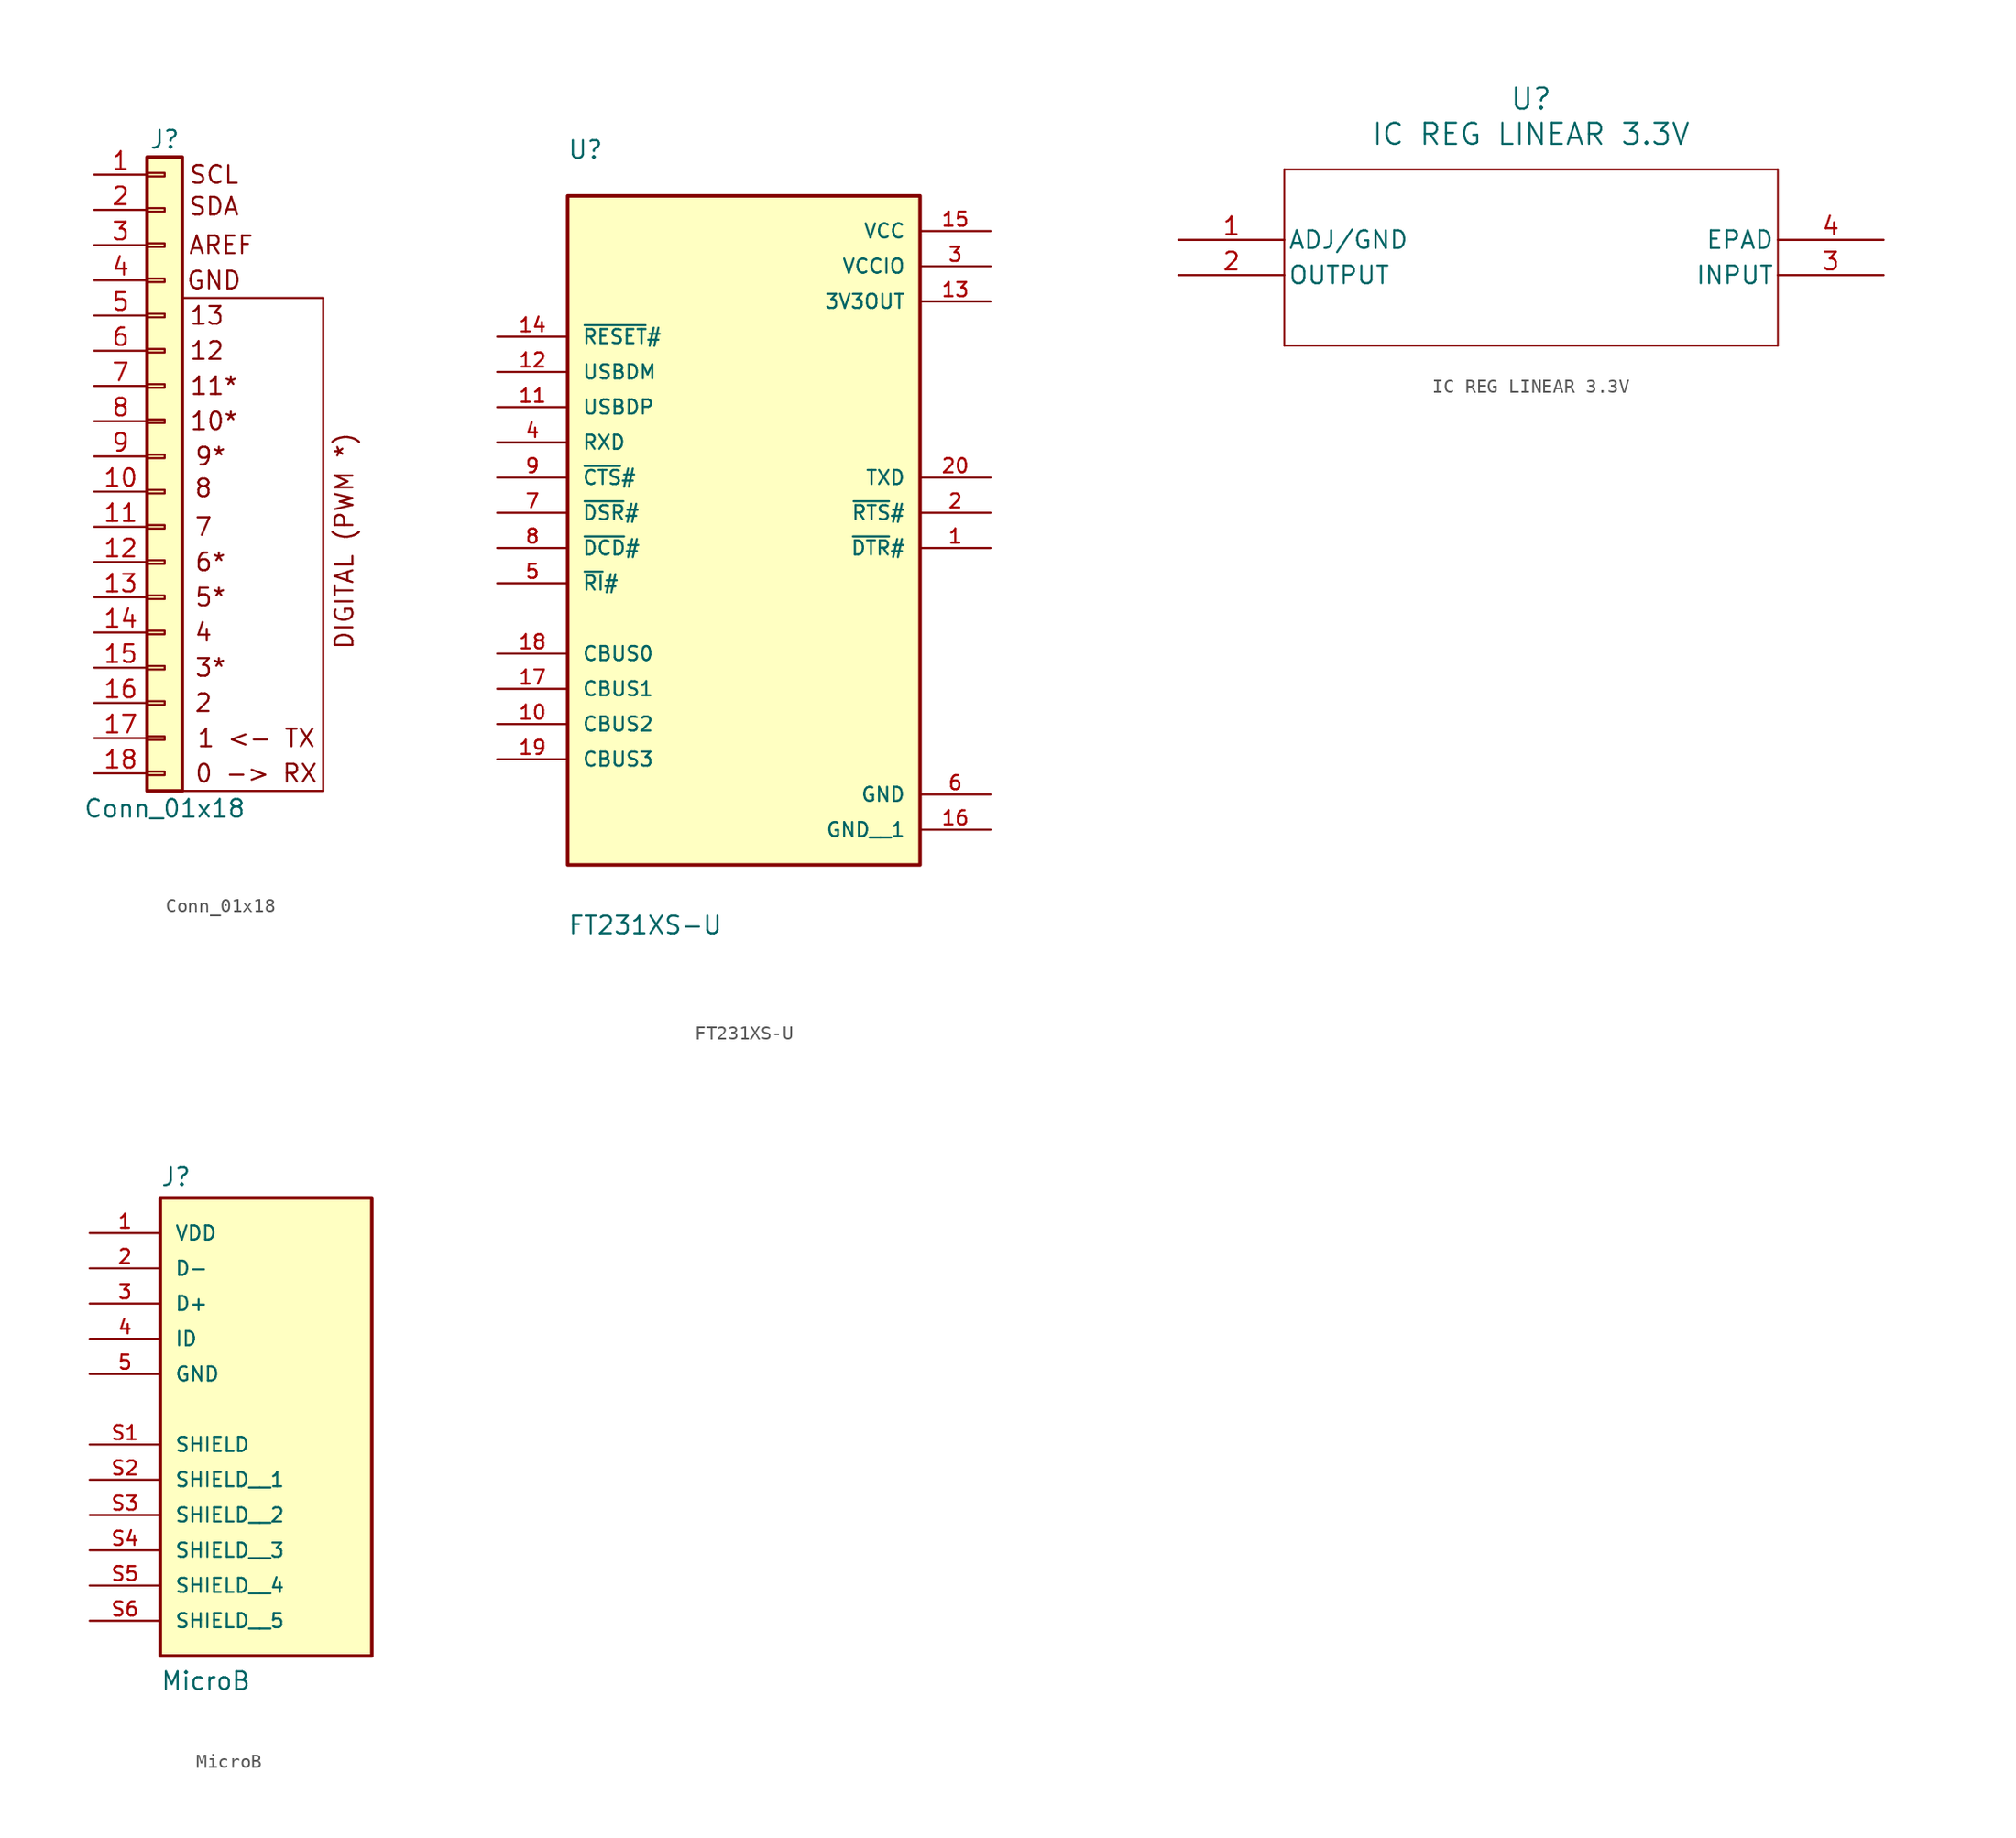
<source format=kicad_sym>
(kicad_symbol_lib
  (version 20241209)
  (generator "kicad_symbol_editor")
  (generator_version "9.0")
  (symbol "Conn_01x18"
    (pin_names
      (offset 1.016)
      (hide yes))
    (property "Reference" "J"
      (at 0 22.86 0)
      (effects (font (size 1.27 1.27))))
    (property "Value" "Conn_01x18"
      (at 0 -25.4 0)
      (effects (font (size 1.27 1.27))))
    (symbol "Conn_01x18_0_1"
      (polyline (pts (xy 1.27 11.43) (xy 11.43 11.43)) (stroke (width 0) (type default)) (fill (type none)))
      (polyline (pts (xy 1.27 -24.13) (xy 11.43 -24.13)) (stroke (width 0) (type default)) (fill (type none)))
      (polyline (pts (xy 11.43 11.43) (xy 11.43 -24.13)) (stroke (width 0) (type default)) (fill (type none))))
    (symbol "Conn_01x18_1_1"
      (rectangle (start -1.27 21.59) (end 1.27 -24.13) (stroke (width 0.254) (type default)) (fill (type background)))
      (rectangle (start -1.27 20.447) (end 0 20.193) (stroke (width 0.152) (type default)) (fill (type none)))
      (rectangle (start -1.27 17.907) (end 0 17.653) (stroke (width 0.152) (type default)) (fill (type none)))
      (rectangle (start -1.27 15.367) (end 0 15.113) (stroke (width 0.152) (type default)) (fill (type none)))
      (rectangle (start -1.27 12.827) (end 0 12.573) (stroke (width 0.152) (type default)) (fill (type none)))
      (rectangle (start -1.27 10.287) (end 0 10.033) (stroke (width 0.152) (type default)) (fill (type none)))
      (rectangle (start -1.27 7.747) (end 0 7.493) (stroke (width 0.152) (type default)) (fill (type none)))
      (rectangle (start -1.27 5.207) (end 0 4.953) (stroke (width 0.152) (type default)) (fill (type none)))
      (rectangle (start -1.27 2.667) (end 0 2.413) (stroke (width 0.152) (type default)) (fill (type none)))
      (rectangle (start -1.27 0.127) (end 0 -0.127) (stroke (width 0.152) (type default)) (fill (type none)))
      (rectangle (start -1.27 -2.413) (end 0 -2.667) (stroke (width 0.152) (type default)) (fill (type none)))
      (rectangle (start -1.27 -4.953) (end 0 -5.207) (stroke (width 0.152) (type default)) (fill (type none)))
      (rectangle (start -1.27 -7.493) (end 0 -7.747) (stroke (width 0.152) (type default)) (fill (type none)))
      (rectangle (start -1.27 -10.033) (end 0 -10.287) (stroke (width 0.152) (type default)) (fill (type none)))
      (rectangle (start -1.27 -12.573) (end 0 -12.827) (stroke (width 0.152) (type default)) (fill (type none)))
      (rectangle (start -1.27 -15.113) (end 0 -15.367) (stroke (width 0.152) (type default)) (fill (type none)))
      (rectangle (start -1.27 -17.653) (end 0 -17.907) (stroke (width 0.152) (type default)) (fill (type none)))
      (rectangle (start -1.27 -20.193) (end 0 -20.447) (stroke (width 0.152) (type default)) (fill (type none)))
      (rectangle (start -1.27 -22.733) (end 0 -22.987) (stroke (width 0.152) (type default)) (fill (type none)))
      (text "8" (at 2.794 -2.286 0) (effects (font (size 1.27 1.27))))
      (text "7" (at 2.794 -5.08 0) (effects (font (size 1.27 1.27))))
      (text "4" (at 2.794 -12.7 0) (effects (font (size 1.27 1.27))))
      (text "2" (at 2.794 -17.78 0) (effects (font (size 1.27 1.27))))
      (text "13" (at 3.048 10.16 0) (effects (font (size 1.27 1.27))))
      (text "12" (at 3.048 7.62 0) (effects (font (size 1.27 1.27))))
      (text "9*" (at 3.302 0 0) (effects (font (size 1.27 1.27))))
      (text "6*" (at 3.302 -7.62 0) (effects (font (size 1.27 1.27))))
      (text "5*" (at 3.302 -10.16 0) (effects (font (size 1.27 1.27))))
      (text "3*" (at 3.302 -15.24 0) (effects (font (size 1.27 1.27))))
      (text "SCL" (at 3.556 20.32 0) (effects (font (size 1.27 1.27))))
      (text "SDA" (at 3.556 18.034 0) (effects (font (size 1.27 1.27))))
      (text "GND" (at 3.556 12.7 0) (effects (font (size 1.27 1.27))))
      (text "11*" (at 3.556 5.08 0) (effects (font (size 1.27 1.27))))
      (text "10*" (at 3.556 2.54 0) (effects (font (size 1.27 1.27))))
      (text "AREF" (at 4.064 15.24 0) (effects (font (size 1.27 1.27))))
      (text "1 <- TX" (at 6.604 -20.32 0) (effects (font (size 1.27 1.27))))
      (text "0 -> RX" (at 6.604 -22.86 0) (effects (font (size 1.27 1.27))))
      (text "DIGITAL (PWM *)" (at 12.954 -6.096 900) (effects (font (size 1.27 1.27))))
      (pin passive line (at -5.08 20.32 0) (length 3.81) (name "Pin_1" (effects (font (size 1.27 1.27)))) (number "1" (effects (font (size 1.27 1.27)))))
      (pin passive line (at -5.08 17.78 0) (length 3.81) (name "Pin_2" (effects (font (size 1.27 1.27)))) (number "2" (effects (font (size 1.27 1.27)))))
      (pin passive line (at -5.08 15.24 0) (length 3.81) (name "Pin_3" (effects (font (size 1.27 1.27)))) (number "3" (effects (font (size 1.27 1.27)))))
      (pin passive line (at -5.08 12.7 0) (length 3.81) (name "Pin_4" (effects (font (size 1.27 1.27)))) (number "4" (effects (font (size 1.27 1.27)))))
      (pin passive line (at -5.08 10.16 0) (length 3.81) (name "Pin_5" (effects (font (size 1.27 1.27)))) (number "5" (effects (font (size 1.27 1.27)))))
      (pin passive line (at -5.08 7.62 0) (length 3.81) (name "Pin_6" (effects (font (size 1.27 1.27)))) (number "6" (effects (font (size 1.27 1.27)))))
      (pin passive line (at -5.08 5.08 0) (length 3.81) (name "Pin_7" (effects (font (size 1.27 1.27)))) (number "7" (effects (font (size 1.27 1.27)))))
      (pin passive line (at -5.08 2.54 0) (length 3.81) (name "Pin_8" (effects (font (size 1.27 1.27)))) (number "8" (effects (font (size 1.27 1.27)))))
      (pin passive line (at -5.08 0 0) (length 3.81) (name "Pin_9" (effects (font (size 1.27 1.27)))) (number "9" (effects (font (size 1.27 1.27)))))
      (pin passive line (at -5.08 -2.54 0) (length 3.81) (name "Pin_10" (effects (font (size 1.27 1.27)))) (number "10" (effects (font (size 1.27 1.27)))))
      (pin passive line (at -5.08 -5.08 0) (length 3.81) (name "Pin_11" (effects (font (size 1.27 1.27)))) (number "11" (effects (font (size 1.27 1.27)))))
      (pin passive line (at -5.08 -7.62 0) (length 3.81) (name "Pin_12" (effects (font (size 1.27 1.27)))) (number "12" (effects (font (size 1.27 1.27)))))
      (pin passive line (at -5.08 -10.16 0) (length 3.81) (name "Pin_13" (effects (font (size 1.27 1.27)))) (number "13" (effects (font (size 1.27 1.27)))))
      (pin passive line (at -5.08 -12.7 0) (length 3.81) (name "Pin_14" (effects (font (size 1.27 1.27)))) (number "14" (effects (font (size 1.27 1.27)))))
      (pin passive line (at -5.08 -15.24 0) (length 3.81) (name "Pin_15" (effects (font (size 1.27 1.27)))) (number "15" (effects (font (size 1.27 1.27)))))
      (pin passive line (at -5.08 -17.78 0) (length 3.81) (name "Pin_16" (effects (font (size 1.27 1.27)))) (number "16" (effects (font (size 1.27 1.27)))))
      (pin passive line (at -5.08 -20.32 0) (length 3.81) (name "Pin_17" (effects (font (size 1.27 1.27)))) (number "17" (effects (font (size 1.27 1.27)))))
      (pin passive line (at -5.08 -22.86 0) (length 3.81) (name "Pin_18" (effects (font (size 1.27 1.27)))) (number "18" (effects (font (size 1.27 1.27)))))))
  (symbol "FT231XS-U"
    (pin_names
      (offset 1.016))
    (property "Reference" "U"
      (at -12.73 25.444 0)
      (effects (font (size 1.27 1.27)) (justify left bottom)))
    (property "Value" "FT231XS-U"
      (at -12.711 -30.495 0)
      (effects (font (size 1.27 1.27)) (justify left bottom)))
    (symbol "FT231XS-U_0_0"
      (rectangle (start -12.7 -25.4) (end 12.7 22.86) (stroke (width 0.254) (type default)) (fill (type background)))
      (pin input line (at -17.78 12.7 0) (length 5.08) (name "~{RESET}#" (effects (font (size 1.016 1.016)))) (number "14" (effects (font (size 1.016 1.016)))))
      (pin input line (at -17.78 10.16 0) (length 5.08) (name "USBDM" (effects (font (size 1.016 1.016)))) (number "12" (effects (font (size 1.016 1.016)))))
      (pin input line (at -17.78 7.62 0) (length 5.08) (name "USBDP" (effects (font (size 1.016 1.016)))) (number "11" (effects (font (size 1.016 1.016)))))
      (pin input line (at -17.78 5.08 0) (length 5.08) (name "RXD" (effects (font (size 1.016 1.016)))) (number "4" (effects (font (size 1.016 1.016)))))
      (pin input line (at -17.78 2.54 0) (length 5.08) (name "~{CTS}#" (effects (font (size 1.016 1.016)))) (number "9" (effects (font (size 1.016 1.016)))))
      (pin input line (at -17.78 0 0) (length 5.08) (name "~{DSR}#" (effects (font (size 1.016 1.016)))) (number "7" (effects (font (size 1.016 1.016)))))
      (pin input line (at -17.78 -2.54 0) (length 5.08) (name "~{DCD}#" (effects (font (size 1.016 1.016)))) (number "8" (effects (font (size 1.016 1.016)))))
      (pin input line (at -17.78 -5.08 0) (length 5.08) (name "~{RI}#" (effects (font (size 1.016 1.016)))) (number "5" (effects (font (size 1.016 1.016)))))
      (pin bidirectional line (at -17.78 -10.16 0) (length 5.08) (name "CBUS0" (effects (font (size 1.016 1.016)))) (number "18" (effects (font (size 1.016 1.016)))))
      (pin bidirectional line (at -17.78 -12.7 0) (length 5.08) (name "CBUS1" (effects (font (size 1.016 1.016)))) (number "17" (effects (font (size 1.016 1.016)))))
      (pin bidirectional line (at -17.78 -15.24 0) (length 5.08) (name "CBUS2" (effects (font (size 1.016 1.016)))) (number "10" (effects (font (size 1.016 1.016)))))
      (pin bidirectional line (at -17.78 -17.78 0) (length 5.08) (name "CBUS3" (effects (font (size 1.016 1.016)))) (number "19" (effects (font (size 1.016 1.016)))))
      (pin power_in line (at 17.78 20.32 180) (length 5.08) (name "VCC" (effects (font (size 1.016 1.016)))) (number "15" (effects (font (size 1.016 1.016)))))
      (pin power_in line (at 17.78 17.78 180) (length 5.08) (name "VCCIO" (effects (font (size 1.016 1.016)))) (number "3" (effects (font (size 1.016 1.016)))))
      (pin power_in line (at 17.78 15.24 180) (length 5.08) (name "3V3OUT" (effects (font (size 1.016 1.016)))) (number "13" (effects (font (size 1.016 1.016)))))
      (pin output line (at 17.78 2.54 180) (length 5.08) (name "TXD" (effects (font (size 1.016 1.016)))) (number "20" (effects (font (size 1.016 1.016)))))
      (pin output line (at 17.78 0 180) (length 5.08) (name "~{RTS}#" (effects (font (size 1.016 1.016)))) (number "2" (effects (font (size 1.016 1.016)))))
      (pin output line (at 17.78 -2.54 180) (length 5.08) (name "~{DTR}#" (effects (font (size 1.016 1.016)))) (number "1" (effects (font (size 1.016 1.016)))))
      (pin power_in line (at 17.78 -20.32 180) (length 5.08) (name "GND" (effects (font (size 1.016 1.016)))) (number "6" (effects (font (size 1.016 1.016)))))
      (pin power_in line (at 17.78 -22.86 180) (length 5.08) (name "GND__1" (effects (font (size 1.016 1.016)))) (number "16" (effects (font (size 1.016 1.016)))))))
  (symbol "IC REG LINEAR 3.3V"
    (pin_names
      (offset 0.254))
    (property "Reference" "U"
      (at 25.4 10.16 0)
      (effects (font (size 1.524 1.524))))
    (property "Value" "IC REG LINEAR 3.3V"
      (at 25.4 7.62 0)
      (effects (font (size 1.524 1.524))))
    (property "ki_locked" ""
      (at 0 0 0)
      (effects (font (size 1.27 1.27))))
    (symbol "IC REG LINEAR 3.3V_0_1"
      (polyline (pts (xy 7.62 5.08) (xy 7.62 -7.62)) (stroke (width 0.127) (type default)) (fill (type none)))
      (polyline (pts (xy 7.62 -7.62) (xy 43.18 -7.62)) (stroke (width 0.127) (type default)) (fill (type none)))
      (polyline (pts (xy 43.18 5.08) (xy 7.62 5.08)) (stroke (width 0.127) (type default)) (fill (type none)))
      (polyline (pts (xy 43.18 -7.62) (xy 43.18 5.08)) (stroke (width 0.127) (type default)) (fill (type none)))
      (pin bidirectional line (at 0 0 0) (length 7.62) (name "ADJ/GND" (effects (font (size 1.27 1.27)))) (number "1" (effects (font (size 1.27 1.27)))))
      (pin output line (at 0 -2.54 0) (length 7.62) (name "OUTPUT" (effects (font (size 1.27 1.27)))) (number "2" (effects (font (size 1.27 1.27)))))
      (pin unspecified line (at 50.8 0 180) (length 7.62) (name "EPAD" (effects (font (size 1.27 1.27)))) (number "4" (effects (font (size 1.27 1.27)))))
      (pin input line (at 50.8 -2.54 180) (length 7.62) (name "INPUT" (effects (font (size 1.27 1.27)))) (number "3" (effects (font (size 1.27 1.27)))))))
  (symbol "MicroB"
    (pin_names
      (offset 1.016))
    (property "Reference" "J"
      (at -7.62 10.922 0)
      (effects (font (size 1.27 1.27)) (justify left bottom)))
    (property "Value" "MicroB"
      (at -7.62 -25.4 0)
      (effects (font (size 1.27 1.27)) (justify left bottom)))
    (symbol "MicroB_0_0"
      (rectangle (start -7.62 -22.86) (end 7.62 10.16) (stroke (width 0.254) (type default)) (fill (type background)))
      (pin power_in line (at -12.7 7.62 0) (length 5.08) (name "VDD" (effects (font (size 1.016 1.016)))) (number "1" (effects (font (size 1.016 1.016)))))
      (pin bidirectional line (at -12.7 5.08 0) (length 5.08) (name "D-" (effects (font (size 1.016 1.016)))) (number "2" (effects (font (size 1.016 1.016)))))
      (pin bidirectional line (at -12.7 2.54 0) (length 5.08) (name "D+" (effects (font (size 1.016 1.016)))) (number "3" (effects (font (size 1.016 1.016)))))
      (pin bidirectional line (at -12.7 0 0) (length 5.08) (name "ID" (effects (font (size 1.016 1.016)))) (number "4" (effects (font (size 1.016 1.016)))))
      (pin power_in line (at -12.7 -2.54 0) (length 5.08) (name "GND" (effects (font (size 1.016 1.016)))) (number "5" (effects (font (size 1.016 1.016)))))
      (pin power_in line (at -12.7 -7.62 0) (length 5.08) (name "SHIELD" (effects (font (size 1.016 1.016)))) (number "S1" (effects (font (size 1.016 1.016)))))
      (pin power_in line (at -12.7 -10.16 0) (length 5.08) (name "SHIELD__1" (effects (font (size 1.016 1.016)))) (number "S2" (effects (font (size 1.016 1.016)))))
      (pin power_in line (at -12.7 -12.7 0) (length 5.08) (name "SHIELD__2" (effects (font (size 1.016 1.016)))) (number "S3" (effects (font (size 1.016 1.016)))))
      (pin power_in line (at -12.7 -15.24 0) (length 5.08) (name "SHIELD__3" (effects (font (size 1.016 1.016)))) (number "S4" (effects (font (size 1.016 1.016)))))
      (pin power_in line (at -12.7 -17.78 0) (length 5.08) (name "SHIELD__4" (effects (font (size 1.016 1.016)))) (number "S5" (effects (font (size 1.016 1.016)))))
      (pin power_in line (at -12.7 -20.32 0) (length 5.08) (name "SHIELD__5" (effects (font (size 1.016 1.016)))) (number "S6" (effects (font (size 1.016 1.016))))))))
</source>
